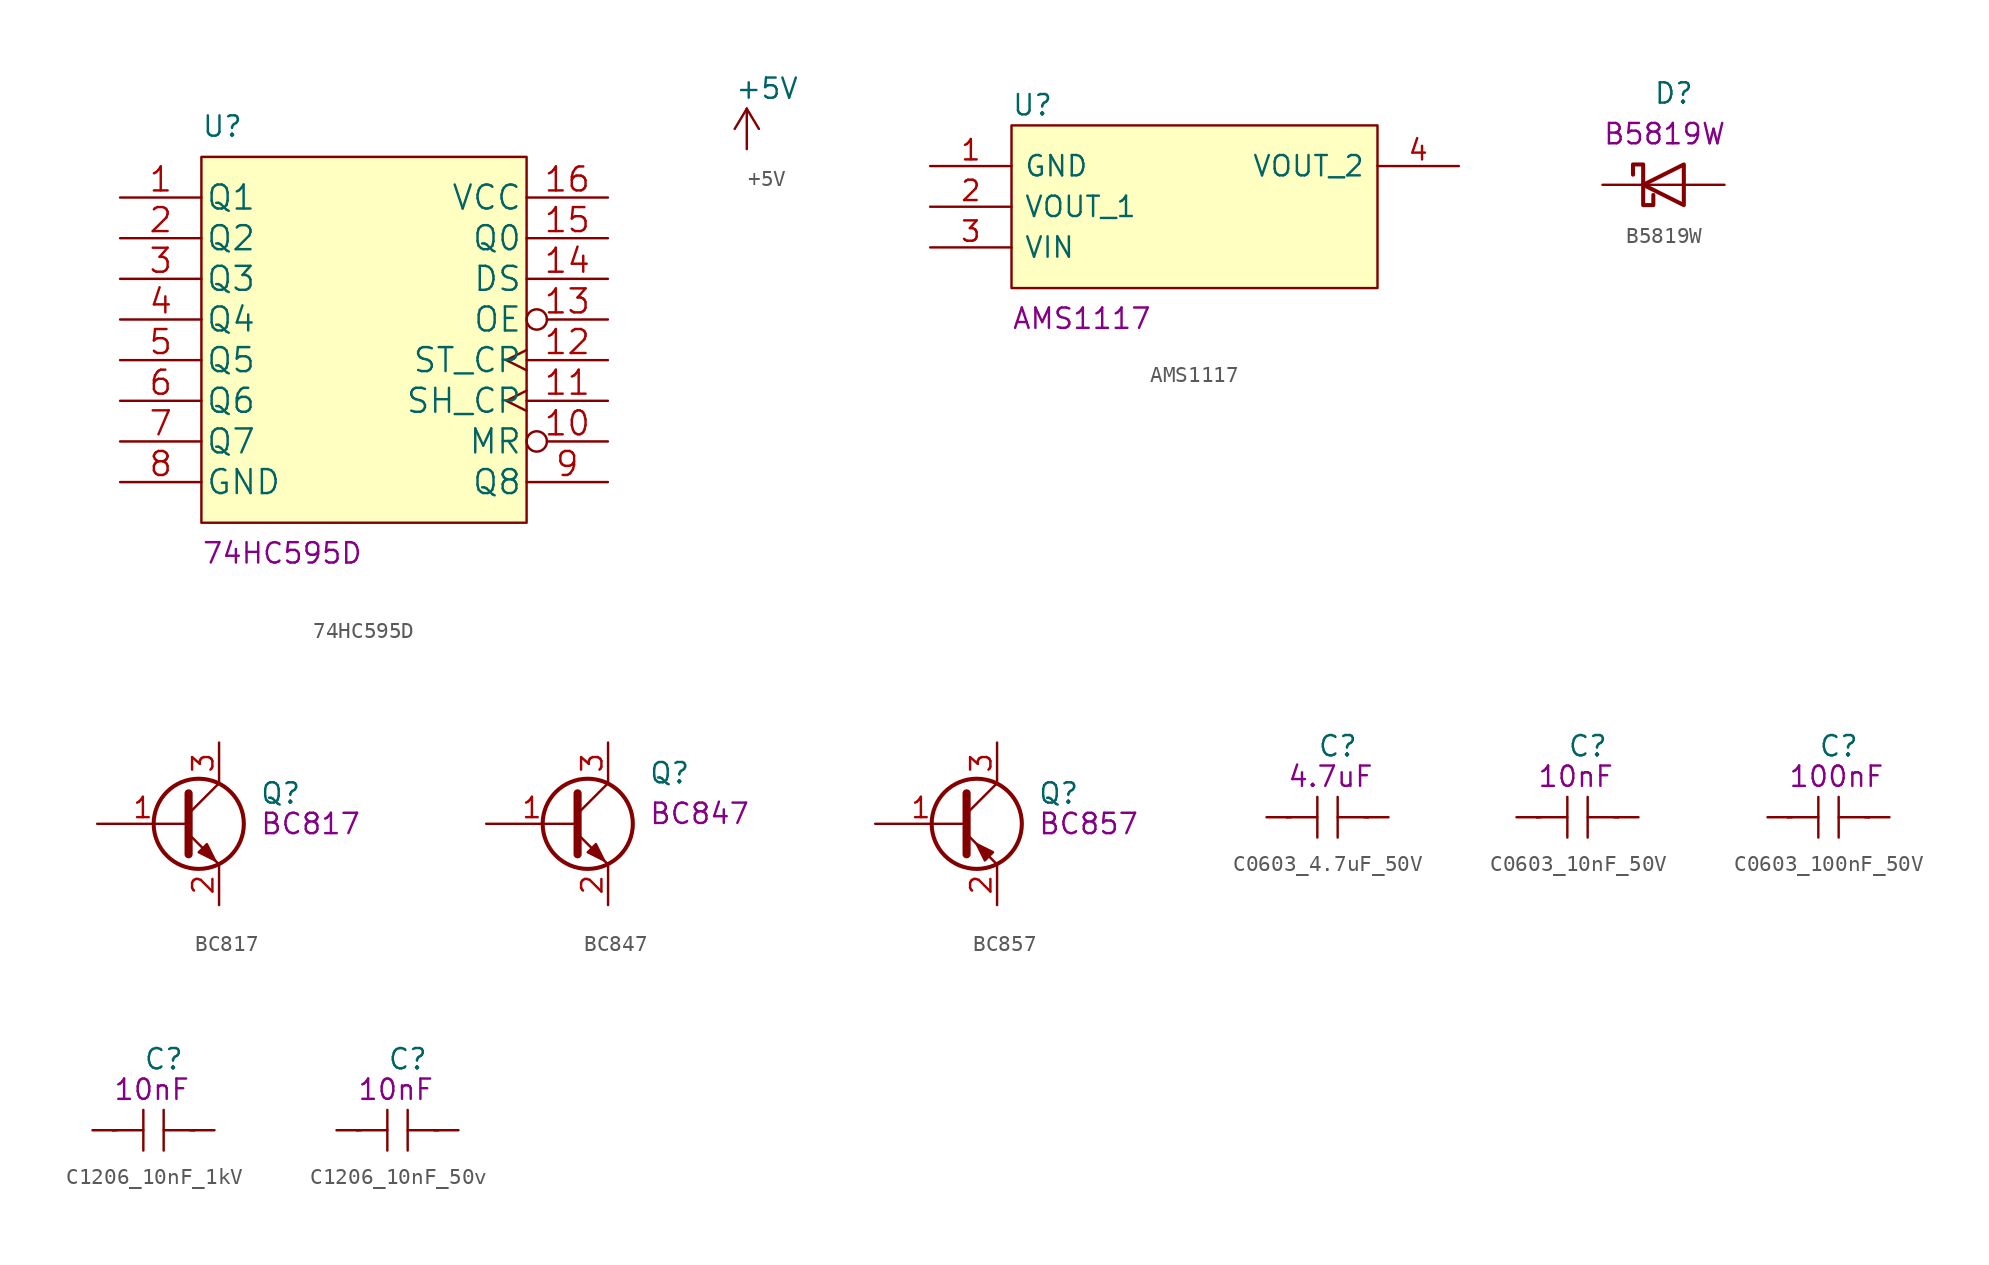
<source format=kicad_sym>
(kicad_symbol_lib
  (version 20211014)
  (generator kicad_symbol_editor)
  (symbol "74HC595D"
    (pin_names
      (offset 0.254))
    (property "Reference" "U"
      (at -10.16 13.335 0)
      (effects (font (size 1.27 1.27)) (justify left)))
    (property "Symbol" "74HC595D"
      (at -10.16 -13.335 0)
      (effects (font (size 1.27 1.27)) (justify left)))
    (symbol "74HC595D_0_0"
      (rectangle (start -10.16 11.43) (end 10.16 -11.43) (stroke (width 0) (type default) (color 0 0 0 0)) (fill (type background))))
    (symbol "74HC595D_1_1"
      (pin output line (at -15.24 8.89 0) (length 5.08) (name "Q1" (effects (font (size 1.499 1.499)))) (number "1" (effects (font (size 1.499 1.499)))))
      (pin input inverted (at 15.24 -6.35 180) (length 5.08) (name "MR" (effects (font (size 1.499 1.499)))) (number "10" (effects (font (size 1.499 1.499)))))
      (pin input clock (at 15.24 -3.81 180) (length 5.08) (name "SH_CP" (effects (font (size 1.499 1.499)))) (number "11" (effects (font (size 1.499 1.499)))))
      (pin input clock (at 15.24 -1.27 180) (length 5.08) (name "ST_CP" (effects (font (size 1.499 1.499)))) (number "12" (effects (font (size 1.499 1.499)))))
      (pin output inverted (at 15.24 1.27 180) (length 5.08) (name "OE" (effects (font (size 1.499 1.499)))) (number "13" (effects (font (size 1.499 1.499)))))
      (pin input line (at 15.24 3.81 180) (length 5.08) (name "DS" (effects (font (size 1.499 1.499)))) (number "14" (effects (font (size 1.499 1.499)))))
      (pin output line (at 15.24 6.35 180) (length 5.08) (name "Q0" (effects (font (size 1.499 1.499)))) (number "15" (effects (font (size 1.499 1.499)))))
      (pin power_in line (at 15.24 8.89 180) (length 5.08) (name "VCC" (effects (font (size 1.499 1.499)))) (number "16" (effects (font (size 1.499 1.499)))))
      (pin output line (at -15.24 6.35 0) (length 5.08) (name "Q2" (effects (font (size 1.499 1.499)))) (number "2" (effects (font (size 1.499 1.499)))))
      (pin output line (at -15.24 3.81 0) (length 5.08) (name "Q3" (effects (font (size 1.499 1.499)))) (number "3" (effects (font (size 1.499 1.499)))))
      (pin output line (at -15.24 1.27 0) (length 5.08) (name "Q4" (effects (font (size 1.499 1.499)))) (number "4" (effects (font (size 1.499 1.499)))))
      (pin output line (at -15.24 -1.27 0) (length 5.08) (name "Q5" (effects (font (size 1.499 1.499)))) (number "5" (effects (font (size 1.499 1.499)))))
      (pin output line (at -15.24 -3.81 0) (length 5.08) (name "Q6" (effects (font (size 1.499 1.499)))) (number "6" (effects (font (size 1.499 1.499)))))
      (pin output line (at -15.24 -6.35 0) (length 5.08) (name "Q7" (effects (font (size 1.499 1.499)))) (number "7" (effects (font (size 1.499 1.499)))))
      (pin power_in line (at -15.24 -8.89 0) (length 5.08) (name "GND" (effects (font (size 1.499 1.499)))) (number "8" (effects (font (size 1.499 1.499)))))
      (pin output line (at 15.24 -8.89 180) (length 5.08) (name "Q8" (effects (font (size 1.499 1.499)))) (number "9" (effects (font (size 1.499 1.499)))))))
  (symbol "+5V"
    (power)
    (pin_names
      (offset 0))
    (property "Reference" "#PWR064"
      (at 0 -3.81 0)
      (effects (font (size 1.27 1.27)) hide))
    (property "Value" "+5V"
      (at 1.27 3.81 0)
      (effects (font (size 1.27 1.27))))
    (symbol "+5V_0_1"
      (polyline (pts (xy -0.762 1.27) (xy 0 2.54)) (stroke (width 0) (type default) (color 0 0 0 0)) (fill (type none)))
      (polyline (pts (xy 0 0) (xy 0 2.54)) (stroke (width 0) (type default) (color 0 0 0 0)) (fill (type none)))
      (polyline (pts (xy 0 2.54) (xy 0.762 1.27)) (stroke (width 0) (type default) (color 0 0 0 0)) (fill (type none))))
    (symbol "+5V_1_1"
      (pin passive line (at 0 0 90) (length 0) hide (name "+5V" (effects (font (size 1.27 1.27)))) (number "1" (effects (font (size 1.27 1.27)))))))
  (symbol "AMS1117"
    (pin_names
      (offset 0.762))
    (property "Reference" "U"
      (at -11.43 6.35 0)
      (effects (font (size 1.27 1.27)) (justify left)))
    (property "Symbol" "AMS1117"
      (at -11.43 -6.985 0)
      (effects (font (size 1.27 1.27)) (justify left)))
    (symbol "AMS1117_0_0"
      (pin power_in line (at -16.51 2.54 0) (length 5.08) (name "GND" (effects (font (size 1.27 1.27)))) (number "1" (effects (font (size 1.27 1.27)))))
      (pin passive line (at -16.51 0 0) (length 5.08) (name "VOUT_1" (effects (font (size 1.27 1.27)))) (number "2" (effects (font (size 1.27 1.27)))))
      (pin power_in line (at -16.51 -2.54 0) (length 5.08) (name "VIN" (effects (font (size 1.27 1.27)))) (number "3" (effects (font (size 1.27 1.27)))))
      (pin power_out line (at 16.51 2.54 180) (length 5.08) (name "VOUT_2" (effects (font (size 1.27 1.27)))) (number "4" (effects (font (size 1.27 1.27))))))
    (symbol "AMS1117_0_1"
      (polyline (pts (xy -11.43 5.08) (xy 11.43 5.08) (xy 11.43 -5.08) (xy -11.43 -5.08) (xy -11.43 5.08)) (stroke (width 0.152) (type default) (color 0 0 0 0)) (fill (type background)))))
  (symbol "B5819W"
    (pin_numbers hide)
    (pin_names
      (offset 0.762))
    (property "Reference" "D"
      (at -0.635 5.715 0)
      (effects (font (size 1.27 1.27)) (justify left)))
    (property "Symbol" "B5819W"
      (at -3.81 3.175 0)
      (effects (font (size 1.27 1.27)) (justify left)))
    (symbol "B5819W_0_1"
      (polyline (pts (xy 1.27 0) (xy -1.27 0)) (stroke (width 0) (type default) (color 0 0 0 0)) (fill (type none)))
      (polyline (pts (xy 1.27 1.27) (xy 1.27 -1.27) (xy -1.27 0) (xy 1.27 1.27)) (stroke (width 0.254) (type default) (color 0 0 0 0)) (fill (type none)))
      (polyline (pts (xy -1.905 0.635) (xy -1.905 1.27) (xy -1.27 1.27) (xy -1.27 -1.27) (xy -0.635 -1.27) (xy -0.635 -0.635)) (stroke (width 0.254) (type default) (color 0 0 0 0)) (fill (type none))))
    (symbol "B5819W_1_1"
      (pin passive line (at -3.81 0 0) (length 2.54) (name "~" (effects (font (size 1.27 1.27)))) (number "1" (effects (font (size 1.27 1.27)))))
      (pin passive line (at 3.81 0 180) (length 2.54) (name "~" (effects (font (size 1.27 1.27)))) (number "2" (effects (font (size 1.27 1.27)))))))
  (symbol "BC817"
    (pin_names
      (offset 1.016) hide)
    (property "Reference" "Q"
      (at 2.54 1.905 0)
      (effects (font (size 1.27 1.27)) (justify left)))
    (property "Symbol" "BC817"
      (at 2.54 0 0)
      (effects (font (size 1.27 1.27)) (justify left)))
    (symbol "BC817_0_1"
      (circle (center -1.27 0) (radius 2.819) (stroke (width 0.254) (type default) (color 0 0 0 0)) (fill (type none)))
      (polyline (pts (xy -1.905 0.635) (xy 0 2.54)) (stroke (width 0) (type default) (color 0 0 0 0)) (fill (type none)))
      (polyline (pts (xy -1.905 -0.635) (xy 0 -2.54) (xy 0 -2.54)) (stroke (width 0) (type default) (color 0 0 0 0)) (fill (type none)))
      (polyline (pts (xy -1.905 1.905) (xy -1.905 -1.905) (xy -1.905 -1.905)) (stroke (width 0.508) (type default) (color 0 0 0 0)) (fill (type none)))
      (polyline (pts (xy -1.27 -1.778) (xy -0.762 -1.27) (xy -0.254 -2.286) (xy -1.27 -1.778) (xy -1.27 -1.778)) (stroke (width 0) (type default) (color 0 0 0 0)) (fill (type outline))))
    (symbol "BC817_1_1"
      (pin input line (at -7.62 0 0) (length 5.715) (name "B" (effects (font (size 1.27 1.27)))) (number "1" (effects (font (size 1.27 1.27)))))
      (pin passive line (at 0 -5.08 90) (length 2.54) (name "E" (effects (font (size 1.27 1.27)))) (number "2" (effects (font (size 1.27 1.27)))))
      (pin passive line (at 0 5.08 270) (length 2.54) (name "C" (effects (font (size 1.27 1.27)))) (number "3" (effects (font (size 1.27 1.27)))))))
  (symbol "BC847"
    (pin_names
      (offset 1.016) hide)
    (property "Reference" "Q"
      (at 2.54 3.175 0)
      (effects (font (size 1.27 1.27)) (justify left)))
    (property "Symbol" "BC847"
      (at 2.54 0.635 0)
      (effects (font (size 1.27 1.27)) (justify left)))
    (symbol "BC847_0_1"
      (circle (center -1.27 0) (radius 2.819) (stroke (width 0.254) (type default) (color 0 0 0 0)) (fill (type none)))
      (polyline (pts (xy -1.905 0.635) (xy 0 2.54)) (stroke (width 0) (type default) (color 0 0 0 0)) (fill (type none)))
      (polyline (pts (xy -1.905 -0.635) (xy 0 -2.54) (xy 0 -2.54)) (stroke (width 0) (type default) (color 0 0 0 0)) (fill (type none)))
      (polyline (pts (xy -1.905 1.905) (xy -1.905 -1.905) (xy -1.905 -1.905)) (stroke (width 0.508) (type default) (color 0 0 0 0)) (fill (type none)))
      (polyline (pts (xy -1.27 -1.778) (xy -0.762 -1.27) (xy -0.254 -2.286) (xy -1.27 -1.778) (xy -1.27 -1.778)) (stroke (width 0) (type default) (color 0 0 0 0)) (fill (type outline))))
    (symbol "BC847_1_1"
      (pin input line (at -7.62 0 0) (length 5.715) (name "B" (effects (font (size 1.27 1.27)))) (number "1" (effects (font (size 1.27 1.27)))))
      (pin passive line (at 0 -5.08 90) (length 2.54) (name "E" (effects (font (size 1.27 1.27)))) (number "2" (effects (font (size 1.27 1.27)))))
      (pin passive line (at 0 5.08 270) (length 2.54) (name "C" (effects (font (size 1.27 1.27)))) (number "3" (effects (font (size 1.27 1.27)))))))
  (symbol "BC857"
    (pin_names
      (offset 1.016) hide)
    (property "Reference" "Q"
      (at 2.54 1.905 0)
      (effects (font (size 1.27 1.27)) (justify left)))
    (property "Symbol" "BC857"
      (at 2.54 0 0)
      (effects (font (size 1.27 1.27)) (justify left)))
    (symbol "BC857_0_1"
      (circle (center -1.27 0) (radius 2.819) (stroke (width 0.254) (type default) (color 0 0 0 0)) (fill (type none)))
      (polyline (pts (xy -1.905 0.635) (xy 0 2.54)) (stroke (width 0) (type default) (color 0 0 0 0)) (fill (type none)))
      (polyline (pts (xy -1.905 -0.635) (xy 0 -2.54) (xy 0 -2.54)) (stroke (width 0) (type default) (color 0 0 0 0)) (fill (type none)))
      (polyline (pts (xy -1.905 1.905) (xy -1.905 -1.905) (xy -1.905 -1.905)) (stroke (width 0.508) (type default) (color 0 0 0 0)) (fill (type none)))
      (polyline (pts (xy -0.254 -1.778) (xy -0.762 -2.286) (xy -1.27 -1.27) (xy -0.254 -1.778) (xy -0.254 -1.778)) (stroke (width 0) (type default) (color 0 0 0 0)) (fill (type outline))))
    (symbol "BC857_1_1"
      (pin input line (at -7.62 0 0) (length 5.715) (name "B" (effects (font (size 1.27 1.27)))) (number "1" (effects (font (size 1.27 1.27)))))
      (pin passive line (at 0 -5.08 90) (length 2.54) (name "E" (effects (font (size 1.27 1.27)))) (number "2" (effects (font (size 1.27 1.27)))))
      (pin passive line (at 0 5.08 270) (length 2.54) (name "C" (effects (font (size 1.27 1.27)))) (number "3" (effects (font (size 1.27 1.27)))))))
  (symbol "C0603_4.7uF_50V"
    (pin_numbers hide)
    (pin_names
      (offset 1.016))
    (property "Reference" "C"
      (at -0.635 4.445 0)
      (effects (font (size 1.27 1.27)) (justify left)))
    (property "Symbol" "4.7uF"
      (at -2.54 2.54 0)
      (effects (font (size 1.27 1.27)) (justify left)))
    (symbol "C0603_4.7uF_50V_1_1"
      (polyline (pts (xy -2.54 0) (xy -0.635 0)) (stroke (width 0) (type default) (color 0 0 0 0)) (fill (type none)))
      (polyline (pts (xy -2.286 0) (xy -2.54 0)) (stroke (width 0) (type default) (color 0 0 0 0)) (fill (type none)))
      (polyline (pts (xy -0.635 1.27) (xy -0.635 -1.27)) (stroke (width 0) (type default) (color 0 0 0 0)) (fill (type none)))
      (polyline (pts (xy 0.635 0) (xy 2.54 0)) (stroke (width 0) (type default) (color 0 0 0 0)) (fill (type none)))
      (polyline (pts (xy 0.635 1.27) (xy 0.635 -1.27)) (stroke (width 0) (type default) (color 0 0 0 0)) (fill (type none)))
      (polyline (pts (xy 2.286 0) (xy 2.54 0)) (stroke (width 0) (type default) (color 0 0 0 0)) (fill (type none)))
      (pin passive line (at -3.81 0 0) (length 1.27) (name "~" (effects (font (size 1.27 1.27)))) (number "1" (effects (font (size 1.27 1.27)))))
      (pin passive line (at 3.81 0 180) (length 1.27) (name "~" (effects (font (size 1.27 1.27)))) (number "2" (effects (font (size 1.27 1.27)))))))
  (symbol "C0603_10nF_50V"
    (pin_numbers hide)
    (pin_names
      (offset 1.016))
    (property "Reference" "C"
      (at -0.635 4.445 0)
      (effects (font (size 1.27 1.27)) (justify left)))
    (property "Symbol" "10nF"
      (at -2.54 2.54 0)
      (effects (font (size 1.27 1.27)) (justify left)))
    (symbol "C0603_10nF_50V_1_1"
      (polyline (pts (xy -2.54 0) (xy -0.635 0)) (stroke (width 0) (type default) (color 0 0 0 0)) (fill (type none)))
      (polyline (pts (xy -2.286 0) (xy -2.54 0)) (stroke (width 0) (type default) (color 0 0 0 0)) (fill (type none)))
      (polyline (pts (xy -0.635 1.27) (xy -0.635 -1.27)) (stroke (width 0) (type default) (color 0 0 0 0)) (fill (type none)))
      (polyline (pts (xy 0.635 0) (xy 2.54 0)) (stroke (width 0) (type default) (color 0 0 0 0)) (fill (type none)))
      (polyline (pts (xy 0.635 1.27) (xy 0.635 -1.27)) (stroke (width 0) (type default) (color 0 0 0 0)) (fill (type none)))
      (polyline (pts (xy 2.286 0) (xy 2.54 0)) (stroke (width 0) (type default) (color 0 0 0 0)) (fill (type none)))
      (pin passive line (at -3.81 0 0) (length 1.27) (name "~" (effects (font (size 1.27 1.27)))) (number "1" (effects (font (size 1.27 1.27)))))
      (pin passive line (at 3.81 0 180) (length 1.27) (name "~" (effects (font (size 1.27 1.27)))) (number "2" (effects (font (size 1.27 1.27)))))))
  (symbol "C0603_100nF_50V"
    (pin_numbers hide)
    (pin_names
      (offset 1.016))
    (property "Reference" "C"
      (at -0.635 4.445 0)
      (effects (font (size 1.27 1.27)) (justify left)))
    (property "Symbol" "100nF"
      (at -2.54 2.54 0)
      (effects (font (size 1.27 1.27)) (justify left)))
    (symbol "C0603_100nF_50V_1_1"
      (polyline (pts (xy -2.54 0) (xy -0.635 0)) (stroke (width 0) (type default) (color 0 0 0 0)) (fill (type none)))
      (polyline (pts (xy -2.286 0) (xy -2.54 0)) (stroke (width 0) (type default) (color 0 0 0 0)) (fill (type none)))
      (polyline (pts (xy -0.635 1.27) (xy -0.635 -1.27)) (stroke (width 0) (type default) (color 0 0 0 0)) (fill (type none)))
      (polyline (pts (xy 0.635 0) (xy 2.54 0)) (stroke (width 0) (type default) (color 0 0 0 0)) (fill (type none)))
      (polyline (pts (xy 0.635 1.27) (xy 0.635 -1.27)) (stroke (width 0) (type default) (color 0 0 0 0)) (fill (type none)))
      (polyline (pts (xy 2.286 0) (xy 2.54 0)) (stroke (width 0) (type default) (color 0 0 0 0)) (fill (type none)))
      (pin passive line (at -3.81 0 0) (length 1.27) (name "~" (effects (font (size 1.27 1.27)))) (number "1" (effects (font (size 1.27 1.27)))))
      (pin passive line (at 3.81 0 180) (length 1.27) (name "~" (effects (font (size 1.27 1.27)))) (number "2" (effects (font (size 1.27 1.27)))))))
  (symbol "C1206_10nF_1kV"
    (pin_numbers hide)
    (pin_names
      (offset 1.016))
    (property "Reference" "C"
      (at -0.635 4.445 0)
      (effects (font (size 1.27 1.27)) (justify left)))
    (property "Symbol" "10nF"
      (at -2.54 2.54 0)
      (effects (font (size 1.27 1.27)) (justify left)))
    (symbol "C1206_10nF_1kV_1_1"
      (polyline (pts (xy -2.54 0) (xy -0.635 0)) (stroke (width 0) (type default) (color 0 0 0 0)) (fill (type none)))
      (polyline (pts (xy -2.286 0) (xy -2.54 0)) (stroke (width 0) (type default) (color 0 0 0 0)) (fill (type none)))
      (polyline (pts (xy -0.635 1.27) (xy -0.635 -1.27)) (stroke (width 0) (type default) (color 0 0 0 0)) (fill (type none)))
      (polyline (pts (xy 0.635 0) (xy 2.54 0)) (stroke (width 0) (type default) (color 0 0 0 0)) (fill (type none)))
      (polyline (pts (xy 0.635 1.27) (xy 0.635 -1.27)) (stroke (width 0) (type default) (color 0 0 0 0)) (fill (type none)))
      (polyline (pts (xy 2.286 0) (xy 2.54 0)) (stroke (width 0) (type default) (color 0 0 0 0)) (fill (type none)))
      (pin passive line (at -3.81 0 0) (length 1.27) (name "~" (effects (font (size 1.27 1.27)))) (number "1" (effects (font (size 1.27 1.27)))))
      (pin passive line (at 3.81 0 180) (length 1.27) (name "~" (effects (font (size 1.27 1.27)))) (number "2" (effects (font (size 1.27 1.27)))))))
  (symbol "C1206_10nF_50v"
    (pin_numbers hide)
    (pin_names
      (offset 1.016))
    (property "Reference" "C"
      (at -0.635 4.445 0)
      (effects (font (size 1.27 1.27)) (justify left)))
    (property "Symbol" "10nF"
      (at -2.54 2.54 0)
      (effects (font (size 1.27 1.27)) (justify left)))
    (symbol "C1206_10nF_50v_1_1"
      (polyline (pts (xy -2.54 0) (xy -0.635 0)) (stroke (width 0) (type default) (color 0 0 0 0)) (fill (type none)))
      (polyline (pts (xy -2.286 0) (xy -2.54 0)) (stroke (width 0) (type default) (color 0 0 0 0)) (fill (type none)))
      (polyline (pts (xy -0.635 1.27) (xy -0.635 -1.27)) (stroke (width 0) (type default) (color 0 0 0 0)) (fill (type none)))
      (polyline (pts (xy 0.635 0) (xy 2.54 0)) (stroke (width 0) (type default) (color 0 0 0 0)) (fill (type none)))
      (polyline (pts (xy 0.635 1.27) (xy 0.635 -1.27)) (stroke (width 0) (type default) (color 0 0 0 0)) (fill (type none)))
      (polyline (pts (xy 2.286 0) (xy 2.54 0)) (stroke (width 0) (type default) (color 0 0 0 0)) (fill (type none)))
      (pin passive line (at -3.81 0 0) (length 1.27) (name "~" (effects (font (size 1.27 1.27)))) (number "1" (effects (font (size 1.27 1.27)))))
      (pin passive line (at 3.81 0 180) (length 1.27) (name "~" (effects (font (size 1.27 1.27)))) (number "2" (effects (font (size 1.27 1.27))))))))
</source>
